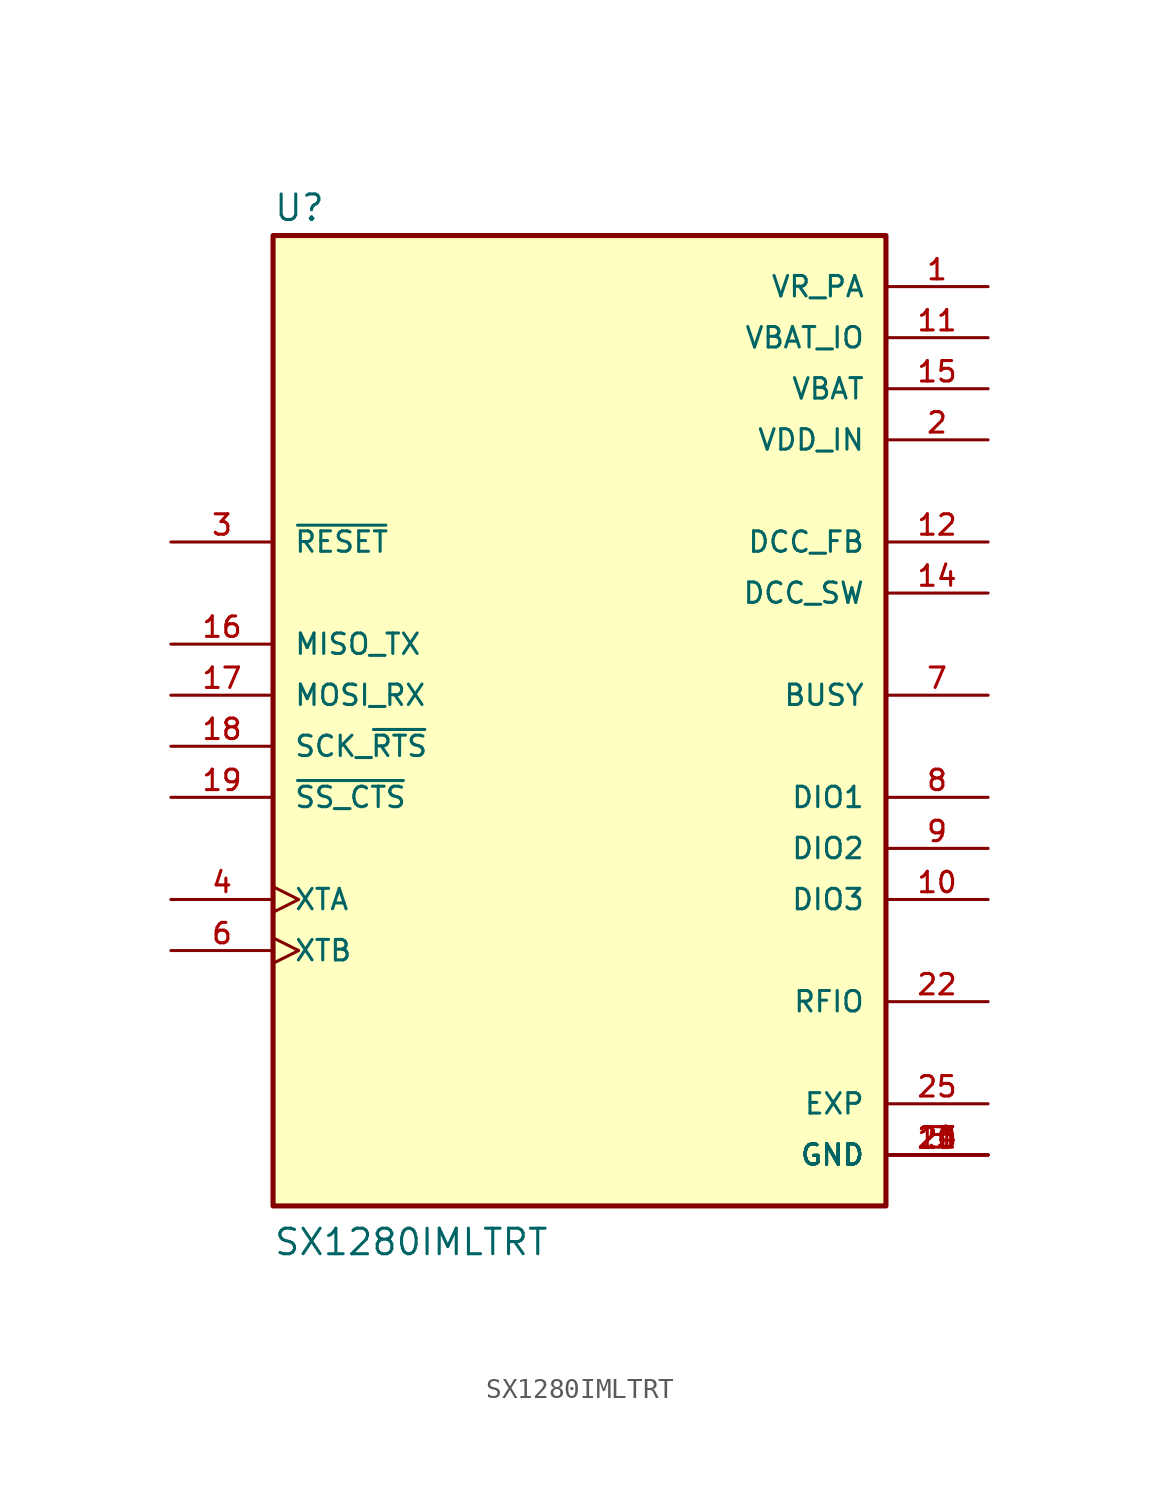
<source format=kicad_sym>
(kicad_symbol_lib
  (version 20241209)
  (generator "kicad_symbol_editor")
  (generator_version "9.0")
  (symbol "SX1280IMLTRT"
    (pin_names
      (offset 1.016))
    (property "Reference" "U"
      (at -15.24 23.495 0)
      (effects (font (size 1.27 1.27)) (justify left bottom)))
    (property "Value" "SX1280IMLTRT"
      (at -15.24 -27.94 0)
      (effects (font (size 1.27 1.27)) (justify left bottom)))
    (symbol "SX1280IMLTRT_0_0"
      (rectangle (start -15.24 -25.4) (end 15.24 22.86) (stroke (width 0.254) (type default)) (fill (type background)))
      (pin input line (at -20.32 7.62 0) (length 5.08) (name "~{RESET}" (effects (font (size 1.016 1.016)))) (number "3" (effects (font (size 1.016 1.016)))))
      (pin output line (at -20.32 2.54 0) (length 5.08) (name "MISO_TX" (effects (font (size 1.016 1.016)))) (number "16" (effects (font (size 1.016 1.016)))))
      (pin input line (at -20.32 0 0) (length 5.08) (name "MOSI_RX" (effects (font (size 1.016 1.016)))) (number "17" (effects (font (size 1.016 1.016)))))
      (pin input line (at -20.32 -2.54 0) (length 5.08) (name "SCK_~{RTS}" (effects (font (size 1.016 1.016)))) (number "18" (effects (font (size 1.016 1.016)))))
      (pin input line (at -20.32 -5.08 0) (length 5.08) (name "~{SS_CTS}" (effects (font (size 1.016 1.016)))) (number "19" (effects (font (size 1.016 1.016)))))
      (pin input clock (at -20.32 -10.16 0) (length 5.08) (name "XTA" (effects (font (size 1.016 1.016)))) (number "4" (effects (font (size 1.016 1.016)))))
      (pin passive clock (at -20.32 -12.7 0) (length 5.08) (name "XTB" (effects (font (size 1.016 1.016)))) (number "6" (effects (font (size 1.016 1.016)))))
      (pin power_in line (at 20.32 20.32 180) (length 5.08) (name "VR_PA" (effects (font (size 1.016 1.016)))) (number "1" (effects (font (size 1.016 1.016)))))
      (pin power_in line (at 20.32 17.78 180) (length 5.08) (name "VBAT_IO" (effects (font (size 1.016 1.016)))) (number "11" (effects (font (size 1.016 1.016)))))
      (pin power_in line (at 20.32 15.24 180) (length 5.08) (name "VBAT" (effects (font (size 1.016 1.016)))) (number "15" (effects (font (size 1.016 1.016)))))
      (pin output line (at 20.32 7.62 180) (length 5.08) (name "DCC_FB" (effects (font (size 1.016 1.016)))) (number "12" (effects (font (size 1.016 1.016)))))
      (pin output line (at 20.32 5.08 180) (length 5.08) (name "DCC_SW" (effects (font (size 1.016 1.016)))) (number "14" (effects (font (size 1.016 1.016)))))
      (pin output line (at 20.32 0 180) (length 5.08) (name "BUSY" (effects (font (size 1.016 1.016)))) (number "7" (effects (font (size 1.016 1.016)))))
      (pin bidirectional line (at 20.32 -5.08 180) (length 5.08) (name "DIO1" (effects (font (size 1.016 1.016)))) (number "8" (effects (font (size 1.016 1.016)))))
      (pin bidirectional line (at 20.32 -7.62 180) (length 5.08) (name "DIO2" (effects (font (size 1.016 1.016)))) (number "9" (effects (font (size 1.016 1.016)))))
      (pin bidirectional line (at 20.32 -10.16 180) (length 5.08) (name "DIO3" (effects (font (size 1.016 1.016)))) (number "10" (effects (font (size 1.016 1.016)))))
      (pin bidirectional line (at 20.32 -15.24 180) (length 5.08) (name "RFIO" (effects (font (size 1.016 1.016)))) (number "22" (effects (font (size 1.016 1.016)))))
      (pin power_in line (at 20.32 -20.32 180) (length 5.08) (name "EXP" (effects (font (size 1.016 1.016)))) (number "25" (effects (font (size 1.016 1.016)))))
      (pin power_in line (at 20.32 -22.86 180) (length 5.08) (name "GND" (effects (font (size 1.016 1.016)))) (number "13" (effects (font (size 1.016 1.016)))))
      (pin power_in line (at 20.32 -22.86 180) (length 5.08) (name "GND" (effects (font (size 1.016 1.016)))) (number "20" (effects (font (size 1.016 1.016)))))
      (pin power_in line (at 20.32 -22.86 180) (length 5.08) (name "GND" (effects (font (size 1.016 1.016)))) (number "21" (effects (font (size 1.016 1.016)))))
      (pin power_in line (at 20.32 -22.86 180) (length 5.08) (name "GND" (effects (font (size 1.016 1.016)))) (number "23" (effects (font (size 1.016 1.016)))))
      (pin power_in line (at 20.32 -22.86 180) (length 5.08) (name "GND" (effects (font (size 1.016 1.016)))) (number "24" (effects (font (size 1.016 1.016)))))
      (pin power_in line (at 20.32 -22.86 180) (length 5.08) (name "GND" (effects (font (size 1.016 1.016)))) (number "5" (effects (font (size 1.016 1.016))))))
    (symbol "SX1280IMLTRT_1_0"
      (pin passive line (at 20.32 12.7 180) (length 5.08) (name "VDD_IN" (effects (font (size 1.016 1.016)))) (number "2" (effects (font (size 1.016 1.016))))))))
</source>
